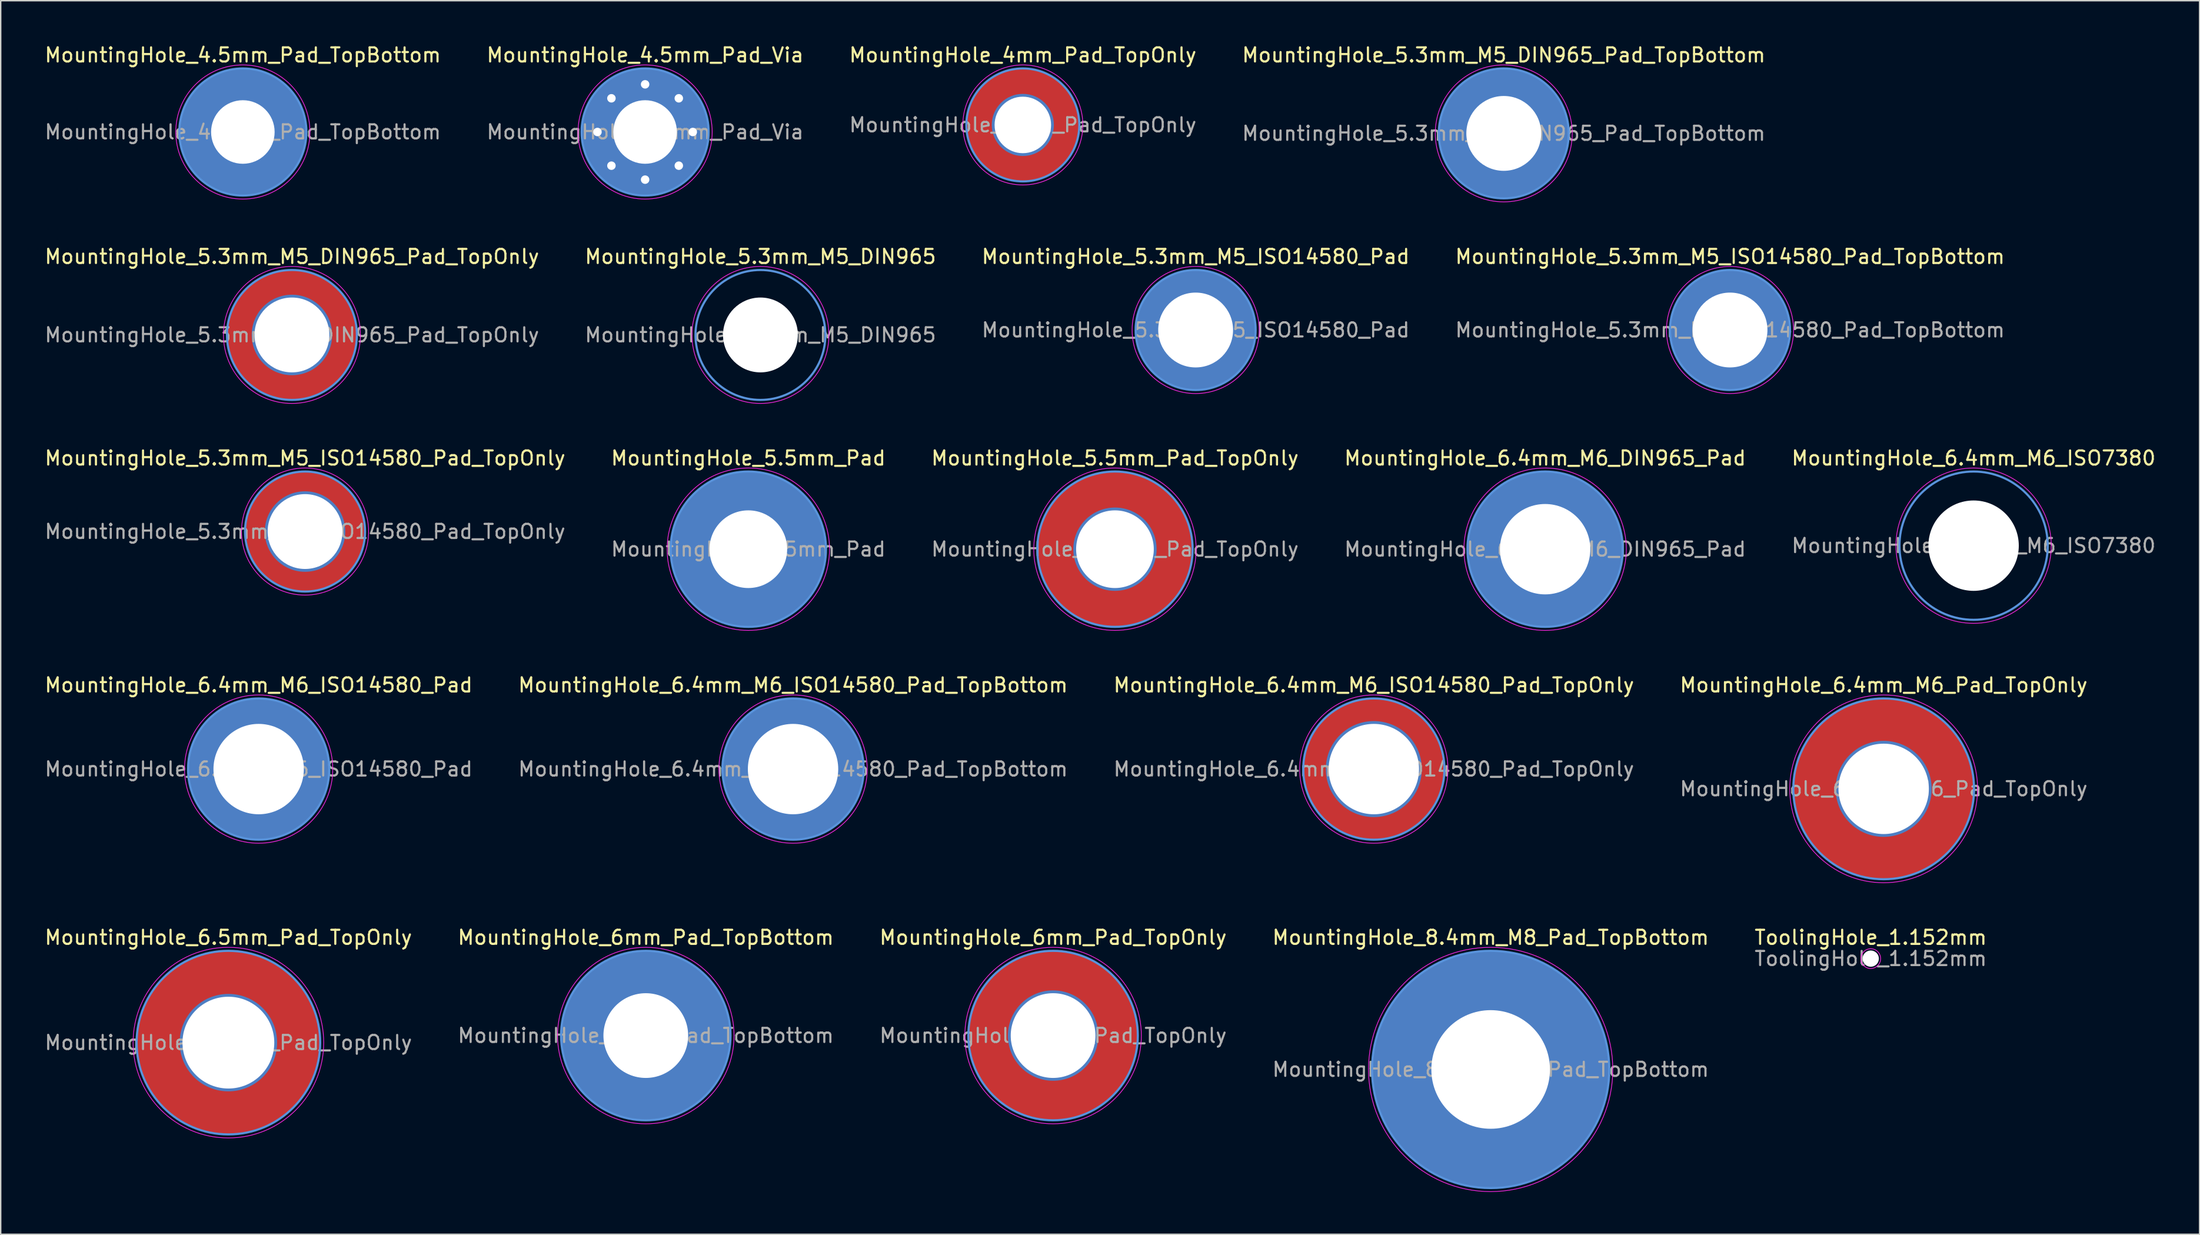
<source format=kicad_pcb>
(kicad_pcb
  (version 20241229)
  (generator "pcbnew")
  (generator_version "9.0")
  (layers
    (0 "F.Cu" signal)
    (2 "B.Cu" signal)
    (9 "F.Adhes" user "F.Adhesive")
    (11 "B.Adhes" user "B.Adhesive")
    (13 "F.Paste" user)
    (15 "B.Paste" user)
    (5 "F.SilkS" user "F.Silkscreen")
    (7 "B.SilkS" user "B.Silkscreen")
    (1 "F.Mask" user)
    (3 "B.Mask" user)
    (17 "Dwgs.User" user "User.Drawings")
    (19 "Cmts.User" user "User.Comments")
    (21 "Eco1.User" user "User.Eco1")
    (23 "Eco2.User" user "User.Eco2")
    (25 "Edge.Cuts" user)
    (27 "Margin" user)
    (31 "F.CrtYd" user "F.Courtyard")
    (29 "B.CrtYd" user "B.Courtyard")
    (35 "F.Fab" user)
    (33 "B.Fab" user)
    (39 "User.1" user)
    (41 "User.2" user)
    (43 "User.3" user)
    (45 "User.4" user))
  (footprint "MountingHole_5.3mm_M5_DIN965_Pad_TopOnly"
    (layer "F.Cu")
    (at 17.625 20.672)
    (property "Reference" "MountingHole_5.3mm_M5_DIN965_Pad_TopOnly" (at 0 -5.55 0) (layer "F.SilkS") (effects (font (size 1 1) (thickness 0.15))))
    (attr exclude_from_pos_files exclude_from_bom)
    (fp_circle (center 0 0) (end 4.6 0) (stroke (width 0.15) (type solid)) (fill no) (layer "Cmts.User"))
    (fp_circle (center 0 0) (end 4.85 0) (stroke (width 0.05) (type solid)) (fill no) (layer "F.CrtYd"))
    (fp_text user "${REFERENCE}" (at 0 0 0) (layer "F.Fab") (effects (font (size 1 1) (thickness 0.15))))
    (pad "1" thru_hole circle (at 0 0) (size 5.7 5.7) (drill 5.3) (layers "*.Cu" "*.Mask"))
    (pad "1" connect circle (at 0 0) (size 9.2 9.2) (layers "F.Cu" "F.Mask")))
  (footprint "MountingHole_6.4mm_M6_ISO14580_Pad_TopOnly"
    (layer "F.Cu")
    (at 94.244 51.418)
    (property "Reference" "MountingHole_6.4mm_M6_ISO14580_Pad_TopOnly" (at 0 -5.95 0) (layer "F.SilkS") (effects (font (size 1 1) (thickness 0.15))))
    (attr exclude_from_pos_files exclude_from_bom)
    (fp_circle (center 0 0) (end 5 0) (stroke (width 0.15) (type solid)) (fill no) (layer "Cmts.User"))
    (fp_circle (center 0 0) (end 5.25 0) (stroke (width 0.05) (type solid)) (fill no) (layer "F.CrtYd"))
    (fp_text user "${REFERENCE}" (at 0 0 0) (layer "F.Fab") (effects (font (size 1 1) (thickness 0.15))))
    (pad "1" thru_hole circle (at 0 0) (size 6.8 6.8) (drill 6.4) (layers "*.Cu" "*.Mask"))
    (pad "1" connect circle (at 0 0) (size 10 10) (layers "F.Cu" "F.Mask")))
  (footprint "MountingHole_5.5mm_Pad_TopOnly"
    (layer "F.Cu")
    (at 75.911 35.845)
    (property "Reference" "MountingHole_5.5mm_Pad_TopOnly" (at 0 -6.45 0) (layer "F.SilkS") (effects (font (size 1 1) (thickness 0.15))))
    (attr exclude_from_pos_files exclude_from_bom)
    (fp_circle (center 0 0) (end 5.5 0) (stroke (width 0.15) (type solid)) (fill no) (layer "Cmts.User"))
    (fp_circle (center 0 0) (end 5.75 0) (stroke (width 0.05) (type solid)) (fill no) (layer "F.CrtYd"))
    (fp_text user "${REFERENCE}" (at 0 0 0) (layer "F.Fab") (effects (font (size 1 1) (thickness 0.15))))
    (pad "1" thru_hole circle (at 0 0) (size 5.9 5.9) (drill 5.5) (layers "*.Cu" "*.Mask"))
    (pad "1" connect circle (at 0 0) (size 11 11) (layers "F.Cu" "F.Mask")))
  (footprint "MountingHole_5.5mm_Pad"
    (layer "F.Cu")
    (at 49.946 35.845)
    (property "Reference" "MountingHole_5.5mm_Pad" (at 0 -6.45 0) (layer "F.SilkS") (effects (font (size 1 1) (thickness 0.15))))
    (attr exclude_from_pos_files exclude_from_bom)
    (fp_circle (center 0 0) (end 5.5 0) (stroke (width 0.15) (type solid)) (fill no) (layer "Cmts.User"))
    (fp_circle (center 0 0) (end 5.75 0) (stroke (width 0.05) (type solid)) (fill no) (layer "F.CrtYd"))
    (fp_text user "${REFERENCE}" (at 0 0 0) (layer "F.Fab") (effects (font (size 1 1) (thickness 0.15))))
    (pad "1" thru_hole circle (at 0 0) (size 11 11) (drill 5.5) (layers "*.Cu" "*.Mask")))
  (footprint "MountingHole_8.4mm_M8_Pad_TopBottom"
    (layer "F.Cu")
    (at 102.518 72.691)
    (property "Reference" "MountingHole_8.4mm_M8_Pad_TopBottom" (at 0 -9.35 0) (layer "F.SilkS") (effects (font (size 1 1) (thickness 0.15))))
    (attr exclude_from_pos_files exclude_from_bom)
    (fp_circle (center 0 0) (end 8.4 0) (stroke (width 0.15) (type solid)) (fill no) (layer "Cmts.User"))
    (fp_circle (center 0 0) (end 8.65 0) (stroke (width 0.05) (type solid)) (fill no) (layer "F.CrtYd"))
    (fp_text user "${REFERENCE}" (at 0 0 0) (layer "F.Fab") (effects (font (size 1 1) (thickness 0.15))))
    (pad "1" thru_hole circle (at 0 0) (size 8.8 8.8) (drill 8.4) (layers "*.Cu" "*.Mask"))
    (pad "1" connect circle (at 0 0) (size 16.8 16.8) (layers "F.Cu" "F.Mask"))
    (pad "1" connect circle (at 0 0) (size 16.8 16.8) (layers "B.Cu" "B.Mask")))
  (footprint "MountingHole_6mm_Pad_TopBottom"
    (layer "F.Cu")
    (at 42.685 70.291)
    (property "Reference" "MountingHole_6mm_Pad_TopBottom" (at 0 -6.95 0) (layer "F.SilkS") (effects (font (size 1 1) (thickness 0.15))))
    (attr exclude_from_pos_files exclude_from_bom)
    (fp_circle (center 0 0) (end 6 0) (stroke (width 0.15) (type solid)) (fill no) (layer "Cmts.User"))
    (fp_circle (center 0 0) (end 6.25 0) (stroke (width 0.05) (type solid)) (fill no) (layer "F.CrtYd"))
    (fp_text user "${REFERENCE}" (at 0 0 0) (layer "F.Fab") (effects (font (size 1 1) (thickness 0.15))))
    (pad "1" thru_hole circle (at 0 0) (size 6.4 6.4) (drill 6) (layers "*.Cu" "*.Mask"))
    (pad "1" connect circle (at 0 0) (size 12 12) (layers "F.Cu" "F.Mask"))
    (pad "1" connect circle (at 0 0) (size 12 12) (layers "B.Cu" "B.Mask")))
  (footprint "MountingHole_6.4mm_M6_ISO14580_Pad_TopBottom"
    (layer "F.Cu")
    (at 53.113 51.418)
    (property "Reference" "MountingHole_6.4mm_M6_ISO14580_Pad_TopBottom" (at 0 -5.95 0) (layer "F.SilkS") (effects (font (size 1 1) (thickness 0.15))))
    (attr exclude_from_pos_files exclude_from_bom)
    (fp_circle (center 0 0) (end 5 0) (stroke (width 0.15) (type solid)) (fill no) (layer "Cmts.User"))
    (fp_circle (center 0 0) (end 5.25 0) (stroke (width 0.05) (type solid)) (fill no) (layer "F.CrtYd"))
    (fp_text user "${REFERENCE}" (at 0 0 0) (layer "F.Fab") (effects (font (size 1 1) (thickness 0.15))))
    (pad "1" thru_hole circle (at 0 0) (size 6.8 6.8) (drill 6.4) (layers "*.Cu" "*.Mask"))
    (pad "1" connect circle (at 0 0) (size 10 10) (layers "F.Cu" "F.Mask"))
    (pad "1" connect circle (at 0 0) (size 10 10) (layers "B.Cu" "B.Mask")))
  (footprint "MountingHole_5.3mm_M5_ISO14580_Pad_TopBottom"
    (layer "F.Cu")
    (at 119.47 20.322)
    (property "Reference" "MountingHole_5.3mm_M5_ISO14580_Pad_TopBottom" (at 0 -5.2 0) (layer "F.SilkS") (effects (font (size 1 1) (thickness 0.15))))
    (attr exclude_from_pos_files exclude_from_bom)
    (fp_circle (center 0 0) (end 4.25 0) (stroke (width 0.15) (type solid)) (fill no) (layer "Cmts.User"))
    (fp_circle (center 0 0) (end 4.5 0) (stroke (width 0.05) (type solid)) (fill no) (layer "F.CrtYd"))
    (fp_text user "${REFERENCE}" (at 0 0 0) (layer "F.Fab") (effects (font (size 1 1) (thickness 0.15))))
    (pad "1" thru_hole circle (at 0 0) (size 5.7 5.7) (drill 5.3) (layers "*.Cu" "*.Mask"))
    (pad "1" connect circle (at 0 0) (size 8.5 8.5) (layers "F.Cu" "F.Mask"))
    (pad "1" connect circle (at 0 0) (size 8.5 8.5) (layers "B.Cu" "B.Mask")))
  (footprint "MountingHole_6.4mm_M6_ISO14580_Pad"
    (layer "F.Cu")
    (at 15.268 51.418)
    (property "Reference" "MountingHole_6.4mm_M6_ISO14580_Pad" (at 0 -5.95 0) (layer "F.SilkS") (effects (font (size 1 1) (thickness 0.15))))
    (attr exclude_from_pos_files exclude_from_bom)
    (fp_circle (center 0 0) (end 5 0) (stroke (width 0.15) (type solid)) (fill no) (layer "Cmts.User"))
    (fp_circle (center 0 0) (end 5.25 0) (stroke (width 0.05) (type solid)) (fill no) (layer "F.CrtYd"))
    (fp_text user "${REFERENCE}" (at 0 0 0) (layer "F.Fab") (effects (font (size 1 1) (thickness 0.15))))
    (pad "1" thru_hole circle (at 0 0) (size 10 10) (drill 6.4) (layers "*.Cu" "*.Mask")))
  (footprint "MountingHole_4.5mm_Pad_TopBottom"
    (layer "F.Cu")
    (at 14.149 6.298)
    (property "Reference" "MountingHole_4.5mm_Pad_TopBottom" (at 0 -5.45 0) (layer "F.SilkS") (effects (font (size 1 1) (thickness 0.15))))
    (attr exclude_from_pos_files exclude_from_bom)
    (fp_circle (center 0 0) (end 4.5 0) (stroke (width 0.15) (type solid)) (fill no) (layer "Cmts.User"))
    (fp_circle (center 0 0) (end 4.75 0) (stroke (width 0.05) (type solid)) (fill no) (layer "F.CrtYd"))
    (fp_text user "${REFERENCE}" (at 0 0 0) (layer "F.Fab") (effects (font (size 1 1) (thickness 0.15))))
    (pad "1" thru_hole circle (at 0 0) (size 4.9 4.9) (drill 4.5) (layers "*.Cu" "*.Mask"))
    (pad "1" connect circle (at 0 0) (size 9 9) (layers "F.Cu" "F.Mask"))
    (pad "1" connect circle (at 0 0) (size 9 9) (layers "B.Cu" "B.Mask")))
  (footprint "MountingHole_5.3mm_M5_ISO14580_Pad_TopOnly"
    (layer "F.Cu")
    (at 18.554 34.595)
    (property "Reference" "MountingHole_5.3mm_M5_ISO14580_Pad_TopOnly" (at 0 -5.2 0) (layer "F.SilkS") (effects (font (size 1 1) (thickness 0.15))))
    (attr exclude_from_pos_files exclude_from_bom)
    (fp_circle (center 0 0) (end 4.25 0) (stroke (width 0.15) (type solid)) (fill no) (layer "Cmts.User"))
    (fp_circle (center 0 0) (end 4.5 0) (stroke (width 0.05) (type solid)) (fill no) (layer "F.CrtYd"))
    (fp_text user "${REFERENCE}" (at 0 0 0) (layer "F.Fab") (effects (font (size 1 1) (thickness 0.15))))
    (pad "1" thru_hole circle (at 0 0) (size 5.7 5.7) (drill 5.3) (layers "*.Cu" "*.Mask"))
    (pad "1" connect circle (at 0 0) (size 8.5 8.5) (layers "F.Cu" "F.Mask")))
  (footprint "MountingHole_5.3mm_M5_DIN965"
    (layer "F.Cu")
    (at 50.804 20.672)
    (property "Reference" "MountingHole_5.3mm_M5_DIN965" (at 0 -5.55 0) (layer "F.SilkS") (effects (font (size 1 1) (thickness 0.15))))
    (attr exclude_from_pos_files exclude_from_bom)
    (fp_circle (center 0 0) (end 4.6 0) (stroke (width 0.15) (type solid)) (fill no) (layer "Cmts.User"))
    (fp_circle (center 0 0) (end 4.85 0) (stroke (width 0.05) (type solid)) (fill no) (layer "F.CrtYd"))
    (fp_text user "${REFERENCE}" (at 0 0 0) (layer "F.Fab") (effects (font (size 1 1) (thickness 0.15))))
    (pad "" np_thru_hole circle (at 0 0) (size 5.3 5.3) (drill 5.3) (layers "*.Cu" "*.Mask")))
  (footprint "MountingHole_5.3mm_M5_ISO14580_Pad"
    (layer "F.Cu")
    (at 81.625 20.322)
    (property "Reference" "MountingHole_5.3mm_M5_ISO14580_Pad" (at 0 -5.2 0) (layer "F.SilkS") (effects (font (size 1 1) (thickness 0.15))))
    (attr exclude_from_pos_files exclude_from_bom)
    (fp_circle (center 0 0) (end 4.25 0) (stroke (width 0.15) (type solid)) (fill no) (layer "Cmts.User"))
    (fp_circle (center 0 0) (end 4.5 0) (stroke (width 0.05) (type solid)) (fill no) (layer "F.CrtYd"))
    (fp_text user "${REFERENCE}" (at 0 0 0) (layer "F.Fab") (effects (font (size 1 1) (thickness 0.15))))
    (pad "1" thru_hole circle (at 0 0) (size 8.5 8.5) (drill 5.3) (layers "*.Cu" "*.Mask")))
  (footprint "MountingHole_6.5mm_Pad_TopOnly"
    (layer "F.Cu")
    (at 13.125 70.791)
    (property "Reference" "MountingHole_6.5mm_Pad_TopOnly" (at 0 -7.45 0) (layer "F.SilkS") (effects (font (size 1 1) (thickness 0.15))))
    (attr exclude_from_pos_files exclude_from_bom)
    (fp_circle (center 0 0) (end 6.5 0) (stroke (width 0.15) (type solid)) (fill no) (layer "Cmts.User"))
    (fp_circle (center 0 0) (end 6.75 0) (stroke (width 0.05) (type solid)) (fill no) (layer "F.CrtYd"))
    (fp_text user "${REFERENCE}" (at 0 0 0) (layer "F.Fab") (effects (font (size 1 1) (thickness 0.15))))
    (pad "1" thru_hole circle (at 0 0) (size 6.9 6.9) (drill 6.5) (layers "*.Cu" "*.Mask"))
    (pad "1" connect circle (at 0 0) (size 13 13) (layers "F.Cu" "F.Mask")))
  (footprint "MountingHole_6.4mm_M6_ISO7380"
    (layer "F.Cu")
    (at 136.72 35.595)
    (property "Reference" "MountingHole_6.4mm_M6_ISO7380" (at 0 -6.2 0) (layer "F.SilkS") (effects (font (size 1 1) (thickness 0.15))))
    (attr exclude_from_pos_files exclude_from_bom)
    (fp_circle (center 0 0) (end 5.25 0) (stroke (width 0.15) (type solid)) (fill no) (layer "Cmts.User"))
    (fp_circle (center 0 0) (end 5.5 0) (stroke (width 0.05) (type solid)) (fill no) (layer "F.CrtYd"))
    (fp_text user "${REFERENCE}" (at 0 0 0) (layer "F.Fab") (effects (font (size 1 1) (thickness 0.15))))
    (pad "" np_thru_hole circle (at 0 0) (size 6.4 6.4) (drill 6.4) (layers "*.Cu" "*.Mask")))
  (footprint "MountingHole_4.5mm_Pad_Via"
    (layer "F.Cu")
    (at 42.637 6.298)
    (property "Reference" "MountingHole_4.5mm_Pad_Via" (at 0 -5.45 0) (layer "F.SilkS") (effects (font (size 1 1) (thickness 0.15))))
    (attr exclude_from_pos_files exclude_from_bom)
    (fp_circle (center 0 0) (end 4.5 0) (stroke (width 0.15) (type solid)) (fill no) (layer "Cmts.User"))
    (fp_circle (center 0 0) (end 4.75 0) (stroke (width 0.05) (type solid)) (fill no) (layer "F.CrtYd"))
    (fp_text user "${REFERENCE}" (at 0 0 0) (layer "F.Fab") (effects (font (size 1 1) (thickness 0.15))))
    (pad "1" thru_hole circle (at -3.375 0) (size 0.9 0.9) (drill 0.6) (layers "*.Cu" "*.Mask"))
    (pad "1" thru_hole circle (at -2.386 -2.386) (size 0.9 0.9) (drill 0.6) (layers "*.Cu" "*.Mask"))
    (pad "1" thru_hole circle (at -2.386 2.386) (size 0.9 0.9) (drill 0.6) (layers "*.Cu" "*.Mask"))
    (pad "1" thru_hole circle (at 0 -3.375) (size 0.9 0.9) (drill 0.6) (layers "*.Cu" "*.Mask"))
    (pad "1" thru_hole circle (at 0 0) (size 9 9) (drill 4.5) (layers "*.Cu" "*.Mask"))
    (pad "1" thru_hole circle (at 0 3.375) (size 0.9 0.9) (drill 0.6) (layers "*.Cu" "*.Mask"))
    (pad "1" thru_hole circle (at 2.386 -2.386) (size 0.9 0.9) (drill 0.6) (layers "*.Cu" "*.Mask"))
    (pad "1" thru_hole circle (at 2.386 2.386) (size 0.9 0.9) (drill 0.6) (layers "*.Cu" "*.Mask"))
    (pad "1" thru_hole circle (at 3.375 0) (size 0.9 0.9) (drill 0.6) (layers "*.Cu" "*.Mask")))
  (footprint "ToolingHole_1.152mm"
    (layer "F.Cu")
    (at 129.435 64.841)
    (property "Reference" "ToolingHole_1.152mm" (at 0 -1.5 0) (layer "F.SilkS") (effects (font (size 1 1) (thickness 0.15))))
    (attr exclude_from_pos_files exclude_from_bom)
    (fp_circle (center 0 0) (end 0.7 0) (stroke (width 0.05) (type solid)) (fill no) (layer "F.CrtYd"))
    (fp_text user "${REFERENCE}" (at 0 0 0) (layer "F.Fab") (effects (font (size 1 1) (thickness 0.15))))
    (pad "" np_thru_hole circle (at 0 0) (size 1.152 1.152) (drill 1.152) (layers "*.Cu" "*.Mask"))
    (zone (net_name "") (layers "F.Cu" "B.Cu") (hatch edge 0.5) (connect_pads) (min_thickness 0.25) (filled_areas_thickness no) (keepout (tracks not_allowed) (vias allowed) (pads allowed) (copperpour not_allowed) (footprints not_allowed)) (placement (enabled no)) (fill) (polygon (pts (xy 130.135 64.841) (xy 130.114 64.674) (xy 130.054 64.516) (xy 129.958 64.377) (xy 129.832 64.265) (xy 129.683 64.187) (xy 129.519 64.146) (xy 129.35 64.146) (xy 129.186 64.187) (xy 129.037 64.265) (xy 128.911 64.377) (xy 128.815 64.516) (xy 128.755 64.674) (xy 128.735 64.841) (xy 128.755 65.009) (xy 128.815 65.167) (xy 128.911 65.305) (xy 129.037 65.417) (xy 129.186 65.496) (xy 129.35 65.536) (xy 129.519 65.536) (xy 129.683 65.496) (xy 129.832 65.417) (xy 129.958 65.305) (xy 130.054 65.167) (xy 130.114 65.009)))))
  (footprint "MountingHole_6.4mm_M6_DIN965_Pad"
    (layer "F.Cu")
    (at 106.375 35.845)
    (property "Reference" "MountingHole_6.4mm_M6_DIN965_Pad" (at 0 -6.45 0) (layer "F.SilkS") (effects (font (size 1 1) (thickness 0.15))))
    (attr exclude_from_pos_files exclude_from_bom)
    (fp_circle (center 0 0) (end 5.5 0) (stroke (width 0.15) (type solid)) (fill no) (layer "Cmts.User"))
    (fp_circle (center 0 0) (end 5.75 0) (stroke (width 0.05) (type solid)) (fill no) (layer "F.CrtYd"))
    (fp_text user "${REFERENCE}" (at 0 0 0) (layer "F.Fab") (effects (font (size 1 1) (thickness 0.15))))
    (pad "1" thru_hole circle (at 0 0) (size 11 11) (drill 6.4) (layers "*.Cu" "*.Mask")))
  (footprint "MountingHole_6.4mm_M6_Pad_TopOnly"
    (layer "F.Cu")
    (at 130.351 52.818)
    (property "Reference" "MountingHole_6.4mm_M6_Pad_TopOnly" (at 0 -7.35 0) (layer "F.SilkS") (effects (font (size 1 1) (thickness 0.15))))
    (attr exclude_from_pos_files exclude_from_bom)
    (fp_circle (center 0 0) (end 6.4 0) (stroke (width 0.15) (type solid)) (fill no) (layer "Cmts.User"))
    (fp_circle (center 0 0) (end 6.65 0) (stroke (width 0.05) (type solid)) (fill no) (layer "F.CrtYd"))
    (fp_text user "${REFERENCE}" (at 0 0 0) (layer "F.Fab") (effects (font (size 1 1) (thickness 0.15))))
    (pad "1" thru_hole circle (at 0 0) (size 6.8 6.8) (drill 6.4) (layers "*.Cu" "*.Mask"))
    (pad "1" connect circle (at 0 0) (size 12.8 12.8) (layers "F.Cu" "F.Mask")))
  (footprint "MountingHole_5.3mm_M5_DIN965_Pad_TopBottom"
    (layer "F.Cu")
    (at 103.446 6.398)
    (property "Reference" "MountingHole_5.3mm_M5_DIN965_Pad_TopBottom" (at 0 -5.55 0) (layer "F.SilkS") (effects (font (size 1 1) (thickness 0.15))))
    (attr exclude_from_pos_files exclude_from_bom)
    (fp_circle (center 0 0) (end 4.6 0) (stroke (width 0.15) (type solid)) (fill no) (layer "Cmts.User"))
    (fp_circle (center 0 0) (end 4.85 0) (stroke (width 0.05) (type solid)) (fill no) (layer "F.CrtYd"))
    (fp_text user "${REFERENCE}" (at 0 0 0) (layer "F.Fab") (effects (font (size 1 1) (thickness 0.15))))
    (pad "1" thru_hole circle (at 0 0) (size 5.7 5.7) (drill 5.3) (layers "*.Cu" "*.Mask"))
    (pad "1" connect circle (at 0 0) (size 9.2 9.2) (layers "F.Cu" "F.Mask"))
    (pad "1" connect circle (at 0 0) (size 9.2 9.2) (layers "B.Cu" "B.Mask")))
  (footprint "MountingHole_4mm_Pad_TopOnly"
    (layer "F.Cu")
    (at 69.387 5.798)
    (property "Reference" "MountingHole_4mm_Pad_TopOnly" (at 0 -4.95 0) (layer "F.SilkS") (effects (font (size 1 1) (thickness 0.15))))
    (attr exclude_from_pos_files exclude_from_bom)
    (fp_circle (center 0 0) (end 4 0) (stroke (width 0.15) (type solid)) (fill no) (layer "Cmts.User"))
    (fp_circle (center 0 0) (end 4.25 0) (stroke (width 0.05) (type solid)) (fill no) (layer "F.CrtYd"))
    (fp_text user "${REFERENCE}" (at 0 0 0) (layer "F.Fab") (effects (font (size 1 1) (thickness 0.15))))
    (pad "1" thru_hole circle (at 0 0) (size 4.4 4.4) (drill 4) (layers "*.Cu" "*.Mask"))
    (pad "1" connect circle (at 0 0) (size 8 8) (layers "F.Cu" "F.Mask")))
  (footprint "MountingHole_6mm_Pad_TopOnly"
    (layer "F.Cu")
    (at 71.53 70.291)
    (property "Reference" "MountingHole_6mm_Pad_TopOnly" (at 0 -6.95 0) (layer "F.SilkS") (effects (font (size 1 1) (thickness 0.15))))
    (attr exclude_from_pos_files exclude_from_bom)
    (fp_circle (center 0 0) (end 6 0) (stroke (width 0.15) (type solid)) (fill no) (layer "Cmts.User"))
    (fp_circle (center 0 0) (end 6.25 0) (stroke (width 0.05) (type solid)) (fill no) (layer "F.CrtYd"))
    (fp_text user "${REFERENCE}" (at 0 0 0) (layer "F.Fab") (effects (font (size 1 1) (thickness 0.15))))
    (pad "1" thru_hole circle (at 0 0) (size 6.4 6.4) (drill 6) (layers "*.Cu" "*.Mask"))
    (pad "1" connect circle (at 0 0) (size 12 12) (layers "F.Cu" "F.Mask")))
  (gr_rect
    (start -3 -3)
    (end 152.726 84.366)
    (stroke (width 0.1) (type default))
    (fill no)
    (layer "Edge.Cuts")))
</source>
